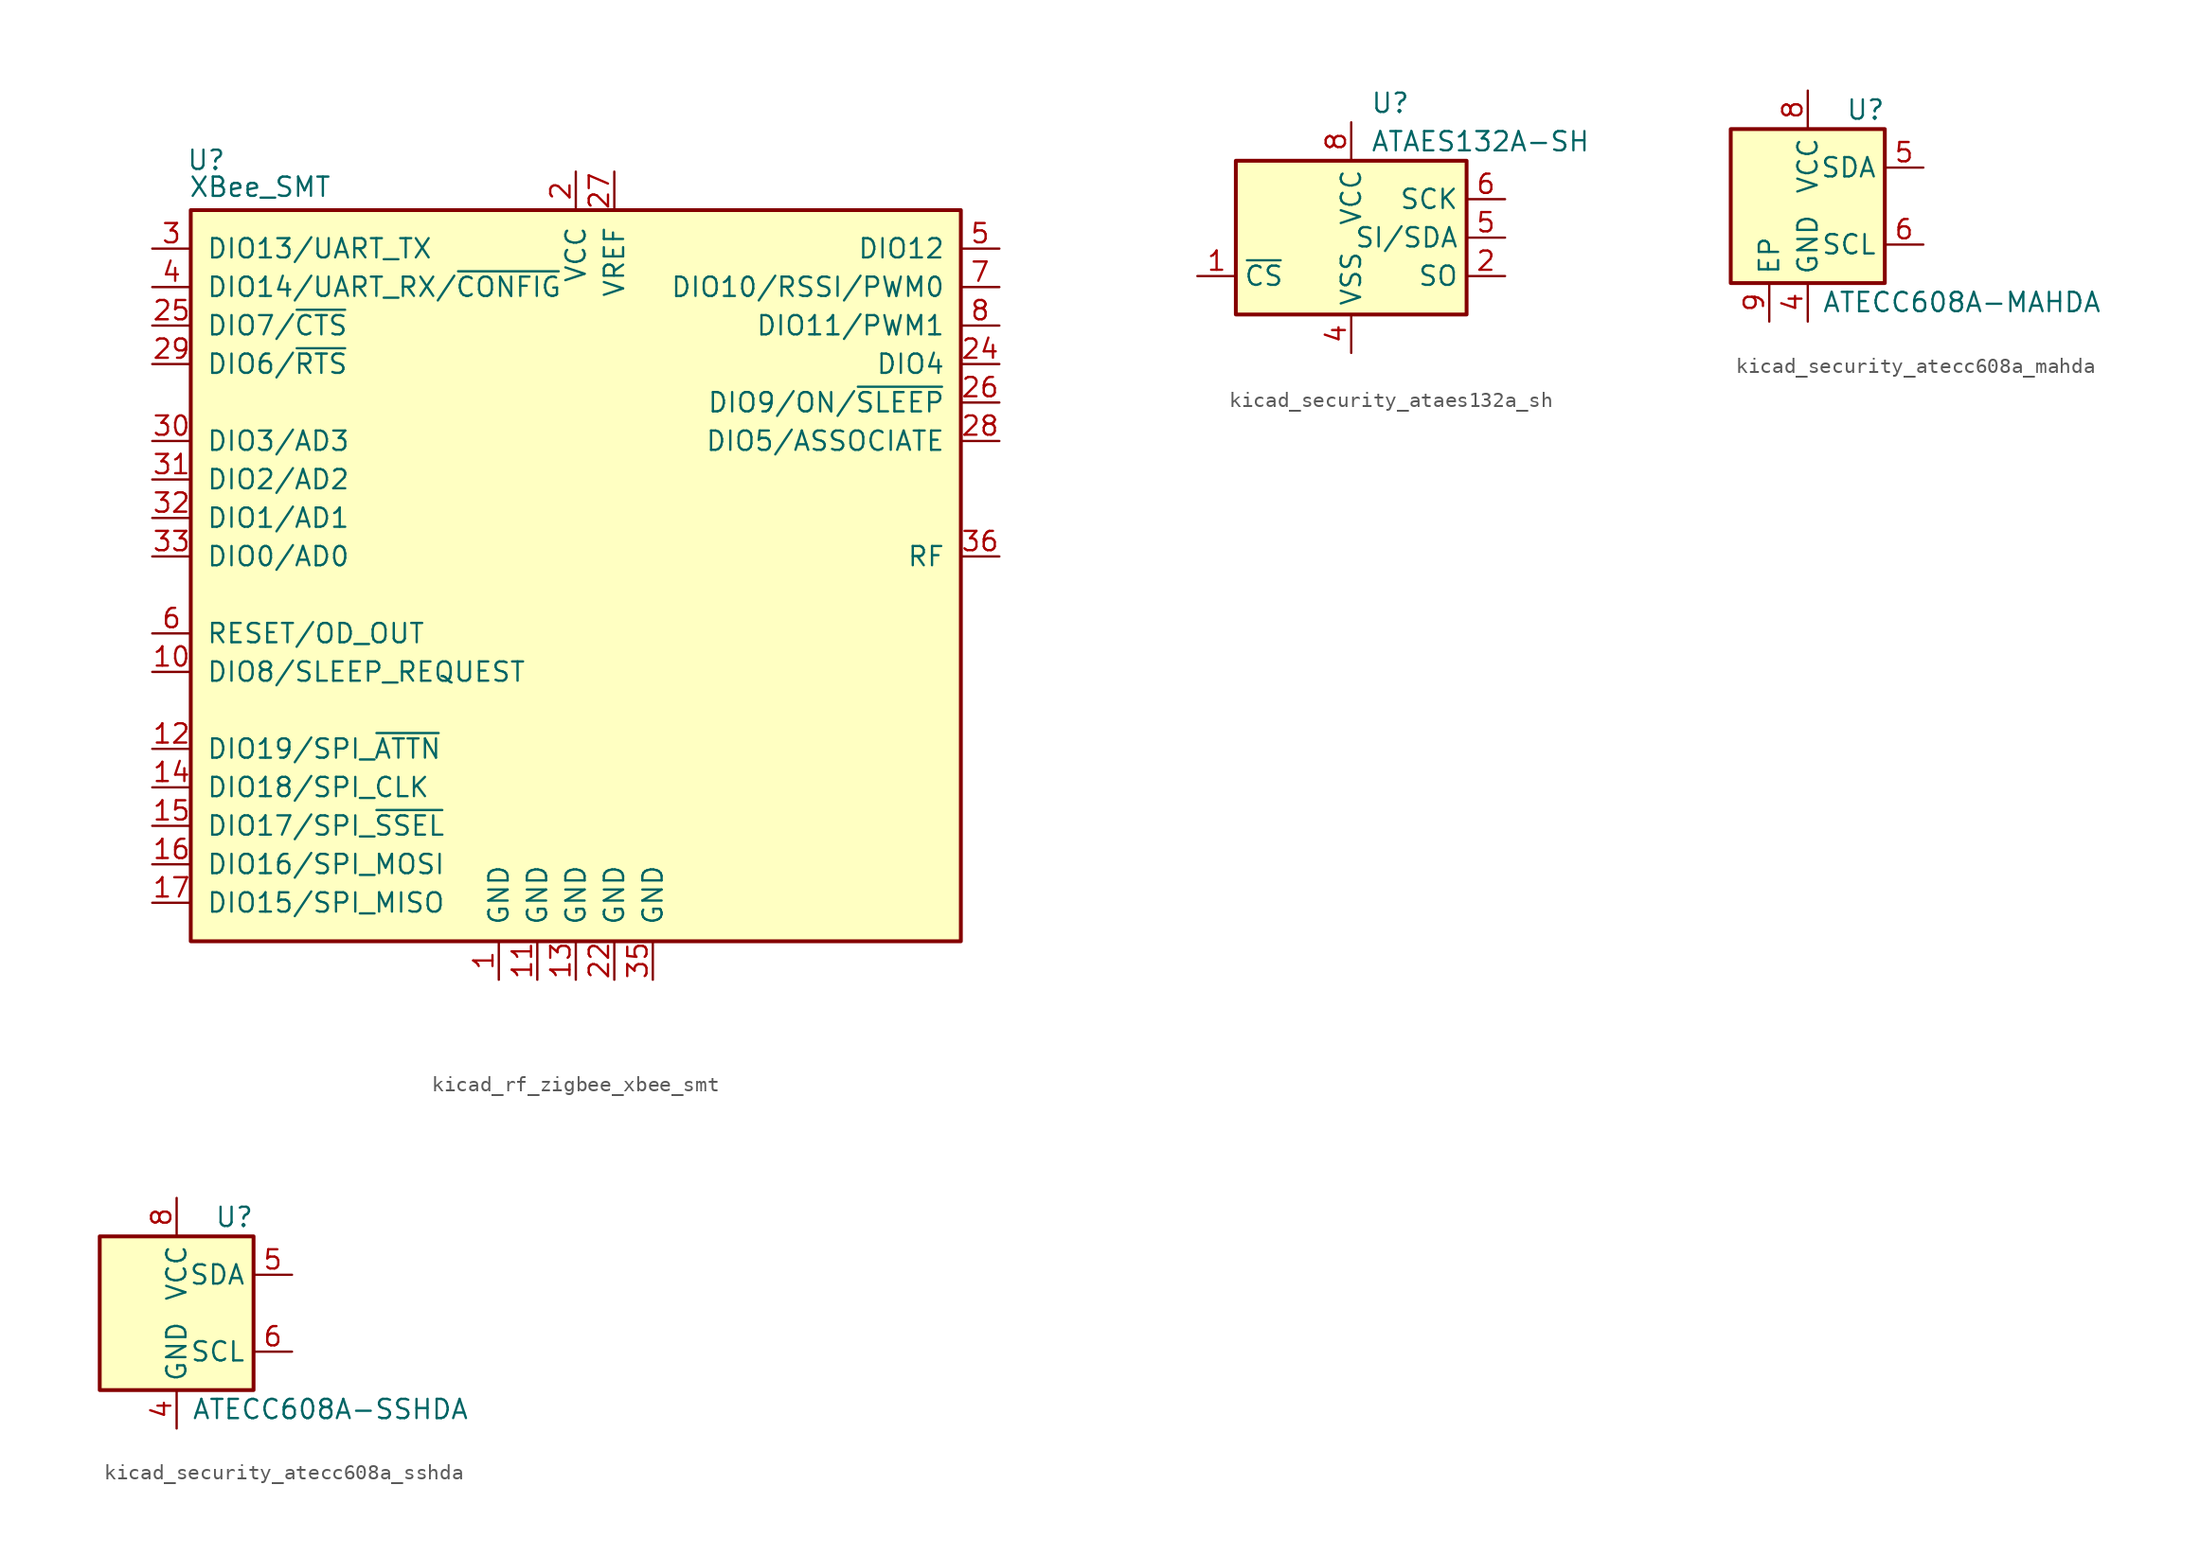
<source format=kicad_sym>
(kicad_symbol_lib
  (version 20220914)
  (generator kicad_symbol_editor)
  (symbol "kicad_rf_zigbee_xbee_smt"
    (pin_names
      (offset 1.016))
    (property "Reference" "U"
      (at -24.384 26.162 0)
      (effects (font (size 1.27 1.27))))
    (property "Value" "XBee_SMT"
      (at -20.828 24.384 0)
      (effects (font (size 1.27 1.27))))
    (symbol "kicad_rf_zigbee_xbee_smt_0_1"
      (rectangle (start -25.4 22.86) (end 25.4 -25.4) (stroke (width 0.254) (type default)) (fill (type background))))
    (symbol "kicad_rf_zigbee_xbee_smt_1_1"
      (pin power_in line (at -5.08 -27.94 90) (length 2.54) (name "GND" (effects (font (size 1.27 1.27)))) (number "1" (effects (font (size 1.27 1.27)))))
      (pin bidirectional line (at -27.94 -7.62 0) (length 2.54) (name "DIO8/SLEEP_REQUEST" (effects (font (size 1.27 1.27)))) (number "10" (effects (font (size 1.27 1.27)))))
      (pin power_in line (at -2.54 -27.94 90) (length 2.54) (name "GND" (effects (font (size 1.27 1.27)))) (number "11" (effects (font (size 1.27 1.27)))))
      (pin output line (at -27.94 -12.7 0) (length 2.54) (name "DIO19/SPI_~{ATTN}" (effects (font (size 1.27 1.27)))) (number "12" (effects (font (size 1.27 1.27)))))
      (pin power_in line (at 0 -27.94 90) (length 2.54) (name "GND" (effects (font (size 1.27 1.27)))) (number "13" (effects (font (size 1.27 1.27)))))
      (pin input line (at -27.94 -15.24 0) (length 2.54) (name "DIO18/SPI_CLK" (effects (font (size 1.27 1.27)))) (number "14" (effects (font (size 1.27 1.27)))))
      (pin input line (at -27.94 -17.78 0) (length 2.54) (name "DIO17/SPI_~{SSEL}" (effects (font (size 1.27 1.27)))) (number "15" (effects (font (size 1.27 1.27)))))
      (pin input line (at -27.94 -20.32 0) (length 2.54) (name "DIO16/SPI_MOSI" (effects (font (size 1.27 1.27)))) (number "16" (effects (font (size 1.27 1.27)))))
      (pin output line (at -27.94 -22.86 0) (length 2.54) (name "DIO15/SPI_MISO" (effects (font (size 1.27 1.27)))) (number "17" (effects (font (size 1.27 1.27)))))
      (pin no_connect line (at 25.4 -20.32 180) (length 2.54) hide (name "NC" (effects (font (size 1.27 1.27)))) (number "18" (effects (font (size 1.27 1.27)))))
      (pin no_connect line (at 25.4 -17.78 180) (length 2.54) hide (name "NC" (effects (font (size 1.27 1.27)))) (number "19" (effects (font (size 1.27 1.27)))))
      (pin power_in line (at 0 25.4 270) (length 2.54) (name "VCC" (effects (font (size 1.27 1.27)))) (number "2" (effects (font (size 1.27 1.27)))))
      (pin no_connect line (at 25.4 -15.24 180) (length 2.54) hide (name "NC" (effects (font (size 1.27 1.27)))) (number "20" (effects (font (size 1.27 1.27)))))
      (pin no_connect line (at 25.4 -12.7 180) (length 2.54) hide (name "NC" (effects (font (size 1.27 1.27)))) (number "21" (effects (font (size 1.27 1.27)))))
      (pin power_in line (at 2.54 -27.94 90) (length 2.54) (name "GND" (effects (font (size 1.27 1.27)))) (number "22" (effects (font (size 1.27 1.27)))))
      (pin no_connect line (at 25.4 -10.16 180) (length 2.54) hide (name "NC" (effects (font (size 1.27 1.27)))) (number "23" (effects (font (size 1.27 1.27)))))
      (pin bidirectional line (at 27.94 12.7 180) (length 2.54) (name "DIO4" (effects (font (size 1.27 1.27)))) (number "24" (effects (font (size 1.27 1.27)))))
      (pin bidirectional line (at -27.94 15.24 0) (length 2.54) (name "DIO7/~{CTS}" (effects (font (size 1.27 1.27)))) (number "25" (effects (font (size 1.27 1.27)))))
      (pin bidirectional line (at 27.94 10.16 180) (length 2.54) (name "DIO9/ON/~{SLEEP}" (effects (font (size 1.27 1.27)))) (number "26" (effects (font (size 1.27 1.27)))))
      (pin input line (at 2.54 25.4 270) (length 2.54) (name "VREF" (effects (font (size 1.27 1.27)))) (number "27" (effects (font (size 1.27 1.27)))))
      (pin bidirectional line (at 27.94 7.62 180) (length 2.54) (name "DIO5/ASSOCIATE" (effects (font (size 1.27 1.27)))) (number "28" (effects (font (size 1.27 1.27)))))
      (pin bidirectional line (at -27.94 12.7 0) (length 2.54) (name "DIO6/~{RTS}" (effects (font (size 1.27 1.27)))) (number "29" (effects (font (size 1.27 1.27)))))
      (pin bidirectional line (at -27.94 20.32 0) (length 2.54) (name "DIO13/UART_TX" (effects (font (size 1.27 1.27)))) (number "3" (effects (font (size 1.27 1.27)))))
      (pin bidirectional line (at -27.94 7.62 0) (length 2.54) (name "DIO3/AD3" (effects (font (size 1.27 1.27)))) (number "30" (effects (font (size 1.27 1.27)))))
      (pin bidirectional line (at -27.94 5.08 0) (length 2.54) (name "DIO2/AD2" (effects (font (size 1.27 1.27)))) (number "31" (effects (font (size 1.27 1.27)))))
      (pin bidirectional line (at -27.94 2.54 0) (length 2.54) (name "DIO1/AD1" (effects (font (size 1.27 1.27)))) (number "32" (effects (font (size 1.27 1.27)))))
      (pin bidirectional line (at -27.94 0 0) (length 2.54) (name "DIO0/AD0" (effects (font (size 1.27 1.27)))) (number "33" (effects (font (size 1.27 1.27)))))
      (pin no_connect line (at 25.4 -7.62 180) (length 2.54) hide (name "NC" (effects (font (size 1.27 1.27)))) (number "34" (effects (font (size 1.27 1.27)))))
      (pin power_in line (at 5.08 -27.94 90) (length 2.54) (name "GND" (effects (font (size 1.27 1.27)))) (number "35" (effects (font (size 1.27 1.27)))))
      (pin bidirectional line (at 27.94 0 180) (length 2.54) (name "RF" (effects (font (size 1.27 1.27)))) (number "36" (effects (font (size 1.27 1.27)))))
      (pin no_connect line (at 25.4 -5.08 180) (length 2.54) hide (name "NC" (effects (font (size 1.27 1.27)))) (number "37" (effects (font (size 1.27 1.27)))))
      (pin bidirectional line (at -27.94 17.78 0) (length 2.54) (name "DIO14/UART_RX/~{CONFIG}" (effects (font (size 1.27 1.27)))) (number "4" (effects (font (size 1.27 1.27)))))
      (pin bidirectional line (at 27.94 20.32 180) (length 2.54) (name "DIO12" (effects (font (size 1.27 1.27)))) (number "5" (effects (font (size 1.27 1.27)))))
      (pin bidirectional line (at -27.94 -5.08 0) (length 2.54) (name "RESET/OD_OUT" (effects (font (size 1.27 1.27)))) (number "6" (effects (font (size 1.27 1.27)))))
      (pin bidirectional line (at 27.94 17.78 180) (length 2.54) (name "DIO10/RSSI/PWM0" (effects (font (size 1.27 1.27)))) (number "7" (effects (font (size 1.27 1.27)))))
      (pin bidirectional line (at 27.94 15.24 180) (length 2.54) (name "DIO11/PWM1" (effects (font (size 1.27 1.27)))) (number "8" (effects (font (size 1.27 1.27)))))
      (pin no_connect line (at 25.4 -22.86 180) (length 2.54) hide (name "NC" (effects (font (size 1.27 1.27)))) (number "9" (effects (font (size 1.27 1.27)))))))
  (symbol "kicad_security_ataes132a_sh"
    (property "Reference" "U"
      (at 1.27 8.89 0)
      (effects (font (size 1.27 1.27)) (justify left)))
    (property "Value" "ATAES132A-SH"
      (at 1.27 6.35 0)
      (effects (font (size 1.27 1.27)) (justify left)))
    (symbol "kicad_security_ataes132a_sh_0_1"
      (rectangle (start 7.62 5.08) (end -7.62 -5.08) (stroke (width 0.254) (type default)) (fill (type background))))
    (symbol "kicad_security_ataes132a_sh_1_1"
      (pin input line (at -10.16 -2.54 0) (length 2.54) (name "~{CS}" (effects (font (size 1.27 1.27)))) (number "1" (effects (font (size 1.27 1.27)))))
      (pin output line (at 10.16 -2.54 180) (length 2.54) (name "SO" (effects (font (size 1.27 1.27)))) (number "2" (effects (font (size 1.27 1.27)))))
      (pin no_connect line (at -7.62 2.54 0) (length 2.54) hide (name "NC" (effects (font (size 1.27 1.27)))) (number "3" (effects (font (size 1.27 1.27)))))
      (pin power_in line (at 0 -7.62 90) (length 2.54) (name "VSS" (effects (font (size 1.27 1.27)))) (number "4" (effects (font (size 1.27 1.27)))))
      (pin bidirectional line (at 10.16 0 180) (length 2.54) (name "SI/SDA" (effects (font (size 1.27 1.27)))) (number "5" (effects (font (size 1.27 1.27)))))
      (pin input line (at 10.16 2.54 180) (length 2.54) (name "SCK" (effects (font (size 1.27 1.27)))) (number "6" (effects (font (size 1.27 1.27)))))
      (pin no_connect line (at -7.62 0 0) (length 2.54) hide (name "NC" (effects (font (size 1.27 1.27)))) (number "7" (effects (font (size 1.27 1.27)))))
      (pin power_in line (at 0 7.62 270) (length 2.54) (name "VCC" (effects (font (size 1.27 1.27)))) (number "8" (effects (font (size 1.27 1.27)))))))
  (symbol "kicad_security_atecc608a_mahda"
    (property "Reference" "U"
      (at 3.81 6.35 0)
      (effects (font (size 1.27 1.27))))
    (property "Value" "ATECC608A-MAHDA"
      (at 10.16 -6.35 0)
      (effects (font (size 1.27 1.27))))
    (symbol "kicad_security_atecc608a_mahda_0_1"
      (rectangle (start -5.08 5.08) (end 5.08 -5.08) (stroke (width 0.254) (type default)) (fill (type background))))
    (symbol "kicad_security_atecc608a_mahda_1_1"
      (pin no_connect line (at -5.08 2.54 0) (length 2.54) hide (name "NC" (effects (font (size 1.27 1.27)))) (number "1" (effects (font (size 1.27 1.27)))))
      (pin no_connect line (at -5.08 0 0) (length 2.54) hide (name "NC" (effects (font (size 1.27 1.27)))) (number "2" (effects (font (size 1.27 1.27)))))
      (pin no_connect line (at -5.08 -2.54 0) (length 2.54) hide (name "NC" (effects (font (size 1.27 1.27)))) (number "3" (effects (font (size 1.27 1.27)))))
      (pin power_in line (at 0 -7.62 90) (length 2.54) (name "GND" (effects (font (size 1.27 1.27)))) (number "4" (effects (font (size 1.27 1.27)))))
      (pin bidirectional line (at 7.62 2.54 180) (length 2.54) (name "SDA" (effects (font (size 1.27 1.27)))) (number "5" (effects (font (size 1.27 1.27)))))
      (pin input line (at 7.62 -2.54 180) (length 2.54) (name "SCL" (effects (font (size 1.27 1.27)))) (number "6" (effects (font (size 1.27 1.27)))))
      (pin no_connect line (at 5.08 0 180) (length 2.54) hide (name "NC" (effects (font (size 1.27 1.27)))) (number "7" (effects (font (size 1.27 1.27)))))
      (pin power_in line (at 0 7.62 270) (length 2.54) (name "VCC" (effects (font (size 1.27 1.27)))) (number "8" (effects (font (size 1.27 1.27)))))
      (pin input line (at -2.54 -7.62 90) (length 2.54) (name "EP" (effects (font (size 1.27 1.27)))) (number "9" (effects (font (size 1.27 1.27)))))))
  (symbol "kicad_security_atecc608a_sshda"
    (property "Reference" "U"
      (at 3.81 6.35 0)
      (effects (font (size 1.27 1.27))))
    (property "Value" "ATECC608A-SSHDA"
      (at 10.16 -6.35 0)
      (effects (font (size 1.27 1.27))))
    (symbol "kicad_security_atecc608a_sshda_0_1"
      (rectangle (start -5.08 5.08) (end 5.08 -5.08) (stroke (width 0.254) (type default)) (fill (type background))))
    (symbol "kicad_security_atecc608a_sshda_1_1"
      (pin no_connect line (at -5.08 2.54 0) (length 2.54) hide (name "NC" (effects (font (size 1.27 1.27)))) (number "1" (effects (font (size 1.27 1.27)))))
      (pin no_connect line (at -5.08 0 0) (length 2.54) hide (name "NC" (effects (font (size 1.27 1.27)))) (number "2" (effects (font (size 1.27 1.27)))))
      (pin no_connect line (at -5.08 -2.54 0) (length 2.54) hide (name "NC" (effects (font (size 1.27 1.27)))) (number "3" (effects (font (size 1.27 1.27)))))
      (pin power_in line (at 0 -7.62 90) (length 2.54) (name "GND" (effects (font (size 1.27 1.27)))) (number "4" (effects (font (size 1.27 1.27)))))
      (pin bidirectional line (at 7.62 2.54 180) (length 2.54) (name "SDA" (effects (font (size 1.27 1.27)))) (number "5" (effects (font (size 1.27 1.27)))))
      (pin input line (at 7.62 -2.54 180) (length 2.54) (name "SCL" (effects (font (size 1.27 1.27)))) (number "6" (effects (font (size 1.27 1.27)))))
      (pin no_connect line (at 5.08 0 180) (length 2.54) hide (name "NC" (effects (font (size 1.27 1.27)))) (number "7" (effects (font (size 1.27 1.27)))))
      (pin power_in line (at 0 7.62 270) (length 2.54) (name "VCC" (effects (font (size 1.27 1.27)))) (number "8" (effects (font (size 1.27 1.27))))))))
</source>
